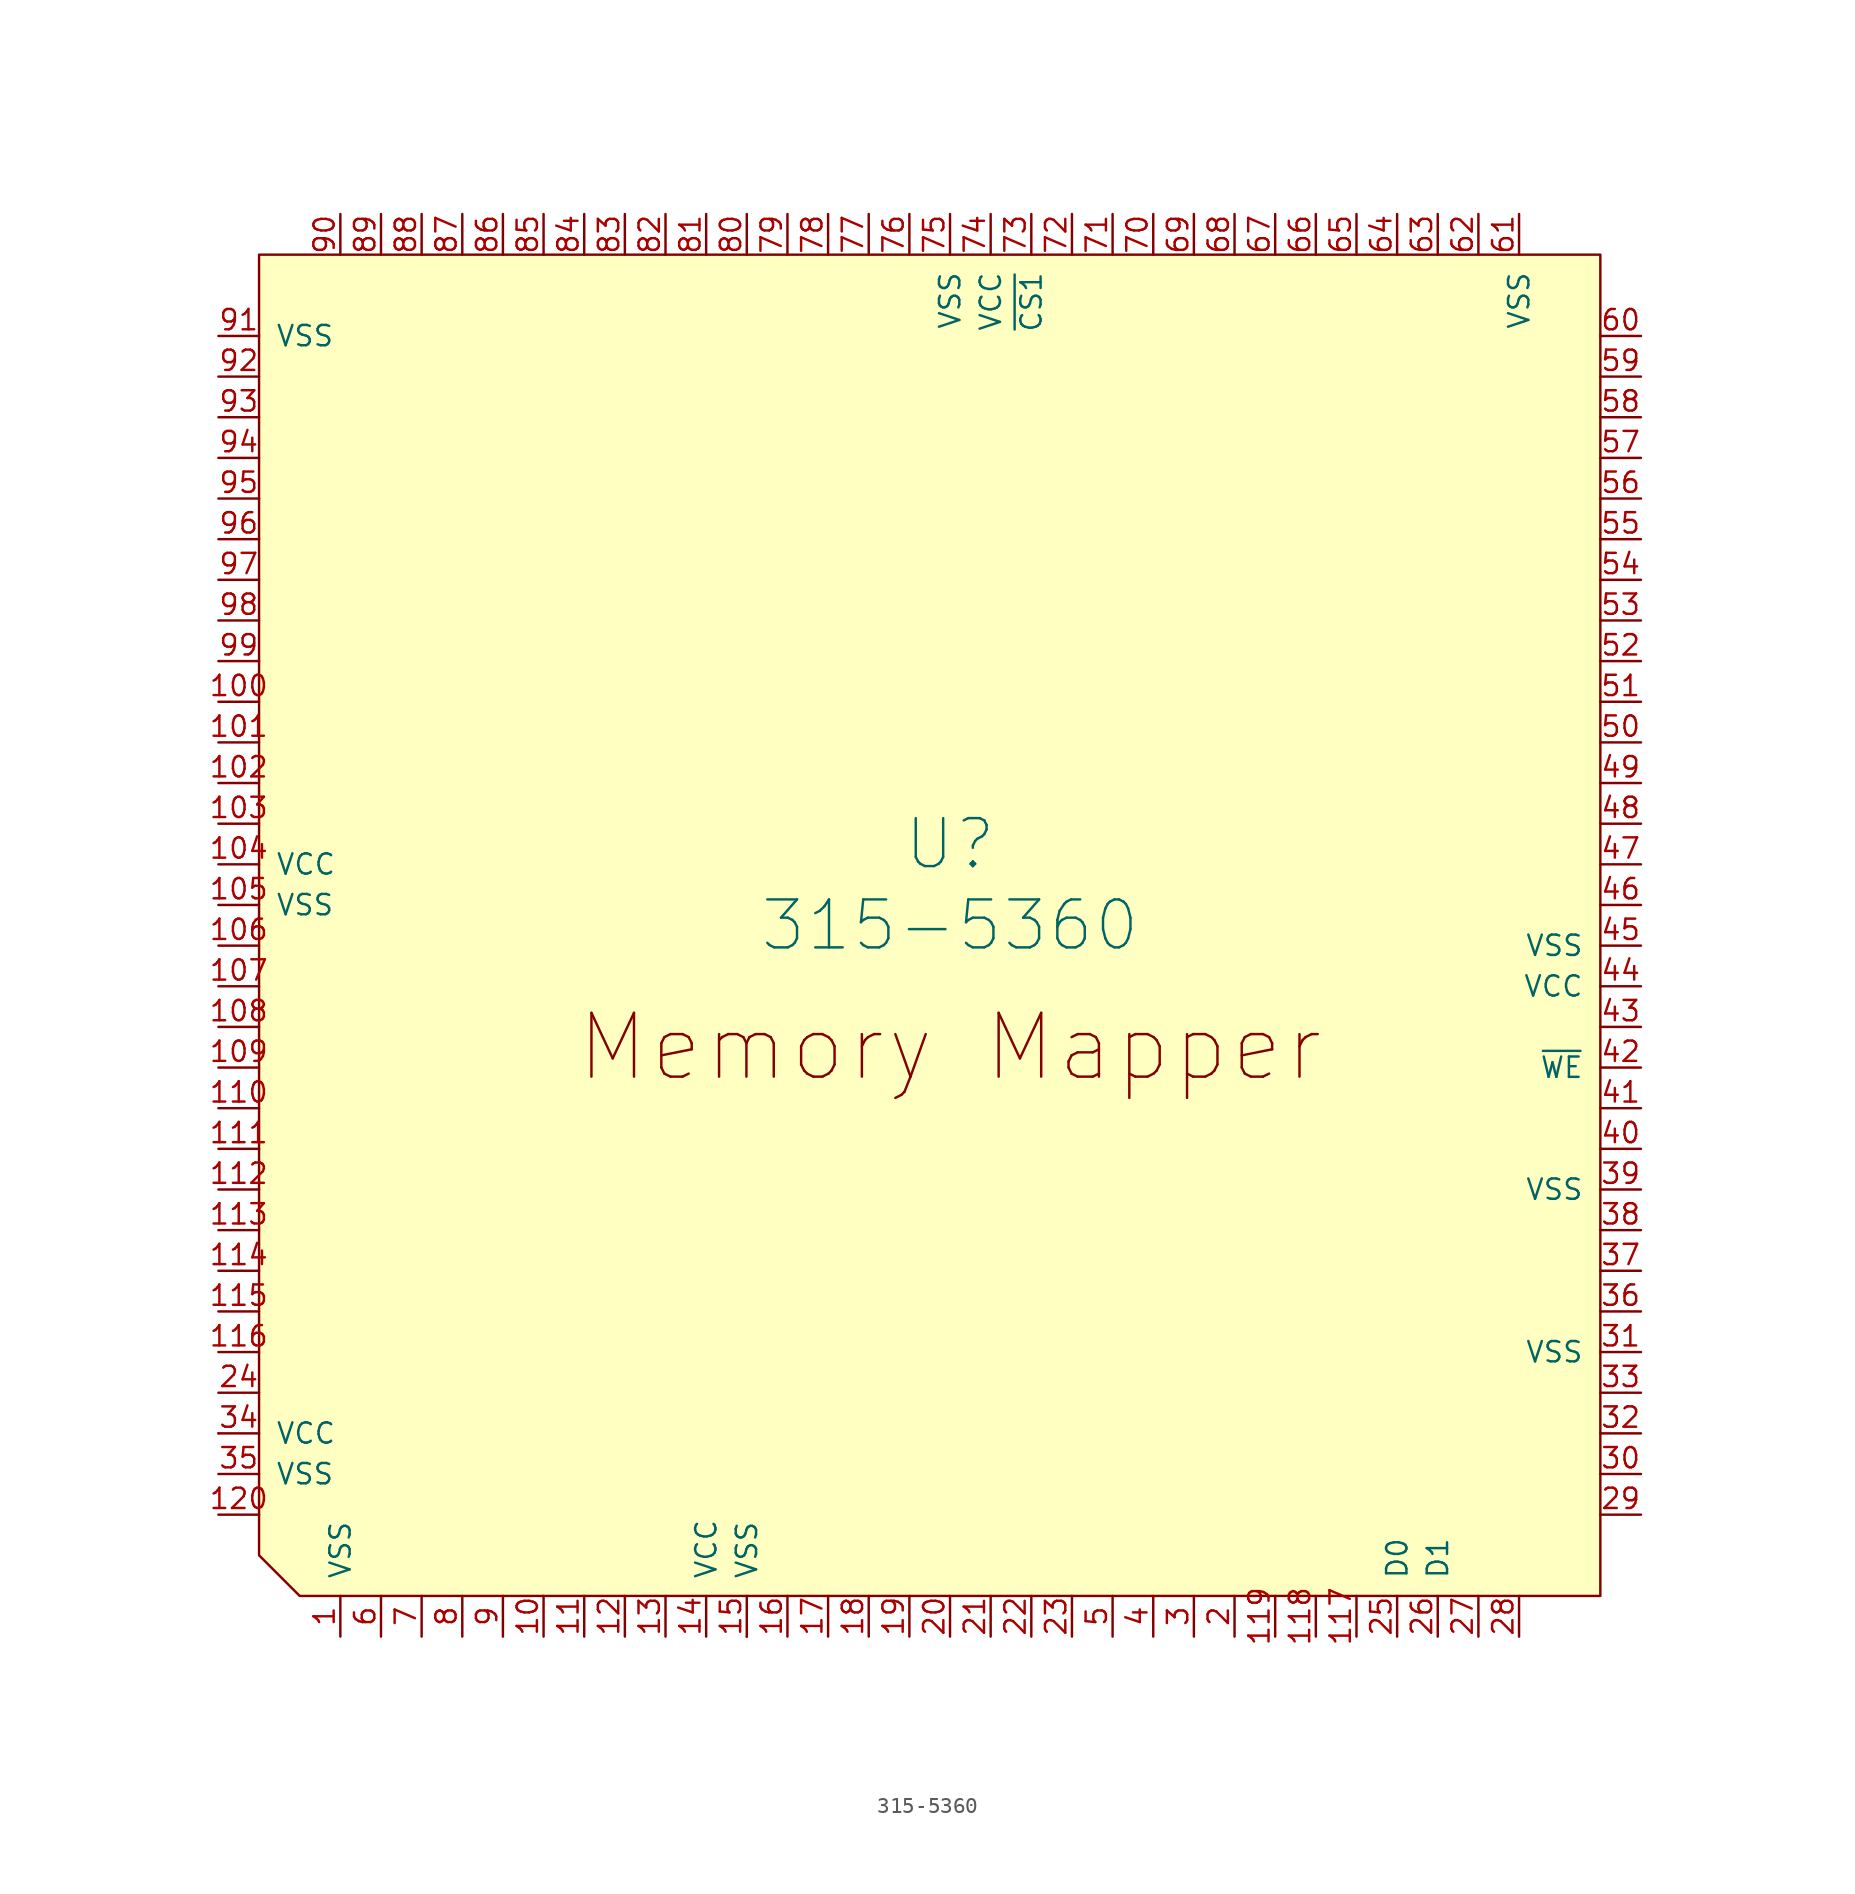
<source format=kicad_sym>
(kicad_symbol_lib
  (version 20211014)
  (generator kicad_symbol_editor)
  (symbol "315-5360"
    (pin_names
      (offset 1.016))
    (property "Reference" "U"
      (at 0 5.08 0)
      (effects (font (size 2.997 2.997))))
    (property "Value" "315-5360"
      (at 0 0 0)
      (effects (font (size 2.997 2.997))))
    (symbol "315-5360_0_0"
      (text "Memory Mapper" (at 0 -7.62 0) (effects (font (size 3.988 3.988)))))
    (symbol "315-5360_0_1"
      (polyline (pts (xy -45.72 -31.75) (xy -45.72 -31.75)) (stroke (width 0) (type default) (color 0 0 0 0)) (fill (type none)))
      (polyline (pts (xy -12.7 -44.45) (xy -12.7 -44.45)) (stroke (width 0) (type default) (color 0 0 0 0)) (fill (type none)))
      (polyline (pts (xy -43.18 41.91) (xy 40.64 41.91) (xy 40.64 -41.91) (xy -40.64 -41.91) (xy -43.18 -39.37) (xy -43.18 41.91)) (stroke (width 0) (type default) (color 0 0 0 0)) (fill (type background))))
    (symbol "315-5360_1_1"
      (pin power_in line (at -38.1 -44.45 90) (length 2.54) (name "VSS" (effects (font (size 1.27 1.27)))) (number "1" (effects (font (size 1.27 1.27)))))
      (pin input line (at -25.4 -44.45 90) (length 2.54) (name "~" (effects (font (size 1.27 1.27)))) (number "10" (effects (font (size 1.27 1.27)))))
      (pin input line (at -45.72 13.97 0) (length 2.54) (name "~" (effects (font (size 1.27 1.27)))) (number "100" (effects (font (size 1.27 1.27)))))
      (pin input line (at -45.72 11.43 0) (length 2.54) (name "~" (effects (font (size 1.27 1.27)))) (number "101" (effects (font (size 1.27 1.27)))))
      (pin input line (at -45.72 8.89 0) (length 2.54) (name "~" (effects (font (size 1.27 1.27)))) (number "102" (effects (font (size 1.27 1.27)))))
      (pin input line (at -45.72 6.35 0) (length 2.54) (name "~" (effects (font (size 1.27 1.27)))) (number "103" (effects (font (size 1.27 1.27)))))
      (pin power_in line (at -45.72 3.81 0) (length 2.54) (name "VCC" (effects (font (size 1.27 1.27)))) (number "104" (effects (font (size 1.27 1.27)))))
      (pin power_in line (at -45.72 1.27 0) (length 2.54) (name "VSS" (effects (font (size 1.27 1.27)))) (number "105" (effects (font (size 1.27 1.27)))))
      (pin input line (at -45.72 -1.27 0) (length 2.54) (name "~" (effects (font (size 1.27 1.27)))) (number "106" (effects (font (size 1.27 1.27)))))
      (pin input line (at -45.72 -3.81 0) (length 2.54) (name "~" (effects (font (size 1.27 1.27)))) (number "107" (effects (font (size 1.27 1.27)))))
      (pin input line (at -45.72 -6.35 0) (length 2.54) (name "~" (effects (font (size 1.27 1.27)))) (number "108" (effects (font (size 1.27 1.27)))))
      (pin input line (at -45.72 -8.89 0) (length 2.54) (name "~" (effects (font (size 1.27 1.27)))) (number "109" (effects (font (size 1.27 1.27)))))
      (pin input line (at -22.86 -44.45 90) (length 2.54) (name "~" (effects (font (size 1.27 1.27)))) (number "11" (effects (font (size 1.27 1.27)))))
      (pin input line (at -45.72 -11.43 0) (length 2.54) (name "~" (effects (font (size 1.27 1.27)))) (number "110" (effects (font (size 1.27 1.27)))))
      (pin input line (at -45.72 -13.97 0) (length 2.54) (name "~" (effects (font (size 1.27 1.27)))) (number "111" (effects (font (size 1.27 1.27)))))
      (pin input line (at -45.72 -16.51 0) (length 2.54) (name "~" (effects (font (size 1.27 1.27)))) (number "112" (effects (font (size 1.27 1.27)))))
      (pin input line (at -45.72 -19.05 0) (length 2.54) (name "~" (effects (font (size 1.27 1.27)))) (number "113" (effects (font (size 1.27 1.27)))))
      (pin input line (at -45.72 -21.59 0) (length 2.54) (name "~" (effects (font (size 1.27 1.27)))) (number "114" (effects (font (size 1.27 1.27)))))
      (pin input line (at -45.72 -24.13 0) (length 2.54) (name "~" (effects (font (size 1.27 1.27)))) (number "115" (effects (font (size 1.27 1.27)))))
      (pin input line (at -45.72 -26.67 0) (length 2.54) (name "~" (effects (font (size 1.27 1.27)))) (number "116" (effects (font (size 1.27 1.27)))))
      (pin input line (at 25.4 -44.45 90) (length 2.54) (name "~" (effects (font (size 1.27 1.27)))) (number "117" (effects (font (size 1.27 1.27)))))
      (pin input line (at 22.86 -44.45 90) (length 2.54) (name "~" (effects (font (size 1.27 1.27)))) (number "118" (effects (font (size 1.27 1.27)))))
      (pin input line (at 20.32 -44.45 90) (length 2.54) (name "~" (effects (font (size 1.27 1.27)))) (number "119" (effects (font (size 1.27 1.27)))))
      (pin input line (at -20.32 -44.45 90) (length 2.54) (name "~" (effects (font (size 1.27 1.27)))) (number "12" (effects (font (size 1.27 1.27)))))
      (pin input line (at -45.72 -36.83 0) (length 2.54) (name "~" (effects (font (size 1.27 1.27)))) (number "120" (effects (font (size 1.27 1.27)))))
      (pin input line (at -17.78 -44.45 90) (length 2.54) (name "~" (effects (font (size 1.27 1.27)))) (number "13" (effects (font (size 1.27 1.27)))))
      (pin power_in line (at -15.24 -44.45 90) (length 2.54) (name "VCC" (effects (font (size 1.27 1.27)))) (number "14" (effects (font (size 1.27 1.27)))))
      (pin power_in line (at -12.7 -44.45 90) (length 2.54) (name "VSS" (effects (font (size 1.27 1.27)))) (number "15" (effects (font (size 1.27 1.27)))))
      (pin input line (at -10.16 -44.45 90) (length 2.54) (name "~" (effects (font (size 1.27 1.27)))) (number "16" (effects (font (size 1.27 1.27)))))
      (pin input line (at -7.62 -44.45 90) (length 2.54) (name "~" (effects (font (size 1.27 1.27)))) (number "17" (effects (font (size 1.27 1.27)))))
      (pin input line (at -5.08 -44.45 90) (length 2.54) (name "~" (effects (font (size 1.27 1.27)))) (number "18" (effects (font (size 1.27 1.27)))))
      (pin input line (at -2.54 -44.45 90) (length 2.54) (name "~" (effects (font (size 1.27 1.27)))) (number "19" (effects (font (size 1.27 1.27)))))
      (pin input line (at 17.78 -44.45 90) (length 2.54) (name "~" (effects (font (size 1.27 1.27)))) (number "2" (effects (font (size 1.27 1.27)))))
      (pin input line (at 0 -44.45 90) (length 2.54) (name "~" (effects (font (size 1.27 1.27)))) (number "20" (effects (font (size 1.27 1.27)))))
      (pin input line (at 2.54 -44.45 90) (length 2.54) (name "~" (effects (font (size 1.27 1.27)))) (number "21" (effects (font (size 1.27 1.27)))))
      (pin input line (at 5.08 -44.45 90) (length 2.54) (name "~" (effects (font (size 1.27 1.27)))) (number "22" (effects (font (size 1.27 1.27)))))
      (pin input line (at 7.62 -44.45 90) (length 2.54) (name "~" (effects (font (size 1.27 1.27)))) (number "23" (effects (font (size 1.27 1.27)))))
      (pin input line (at -45.72 -29.21 0) (length 2.54) (name "~" (effects (font (size 1.27 1.27)))) (number "24" (effects (font (size 1.27 1.27)))))
      (pin output line (at 27.94 -44.45 90) (length 2.54) (name "D0" (effects (font (size 1.27 1.27)))) (number "25" (effects (font (size 1.27 1.27)))))
      (pin output line (at 30.48 -44.45 90) (length 2.54) (name "D1" (effects (font (size 1.27 1.27)))) (number "26" (effects (font (size 1.27 1.27)))))
      (pin input line (at 33.02 -44.45 90) (length 2.54) (name "~" (effects (font (size 1.27 1.27)))) (number "27" (effects (font (size 1.27 1.27)))))
      (pin input line (at 35.56 -44.45 90) (length 2.54) (name "~" (effects (font (size 1.27 1.27)))) (number "28" (effects (font (size 1.27 1.27)))))
      (pin input line (at 43.18 -36.83 180) (length 2.54) (name "~" (effects (font (size 1.27 1.27)))) (number "29" (effects (font (size 1.27 1.27)))))
      (pin input line (at 15.24 -44.45 90) (length 2.54) (name "~" (effects (font (size 1.27 1.27)))) (number "3" (effects (font (size 1.27 1.27)))))
      (pin input line (at 43.18 -34.29 180) (length 2.54) (name "~" (effects (font (size 1.27 1.27)))) (number "30" (effects (font (size 1.27 1.27)))))
      (pin power_in line (at 43.18 -26.67 180) (length 2.54) (name "VSS" (effects (font (size 1.27 1.27)))) (number "31" (effects (font (size 1.27 1.27)))))
      (pin input line (at 43.18 -31.75 180) (length 2.54) (name "~" (effects (font (size 1.27 1.27)))) (number "32" (effects (font (size 1.27 1.27)))))
      (pin input line (at 43.18 -29.21 180) (length 2.54) (name "~" (effects (font (size 1.27 1.27)))) (number "33" (effects (font (size 1.27 1.27)))))
      (pin power_in line (at -45.72 -31.75 0) (length 2.54) (name "VCC" (effects (font (size 1.27 1.27)))) (number "34" (effects (font (size 1.27 1.27)))))
      (pin power_in line (at -45.72 -34.29 0) (length 2.54) (name "VSS" (effects (font (size 1.27 1.27)))) (number "35" (effects (font (size 1.27 1.27)))))
      (pin input line (at 43.18 -24.13 180) (length 2.54) (name "~" (effects (font (size 1.27 1.27)))) (number "36" (effects (font (size 1.27 1.27)))))
      (pin input line (at 43.18 -21.59 180) (length 2.54) (name "~" (effects (font (size 1.27 1.27)))) (number "37" (effects (font (size 1.27 1.27)))))
      (pin input line (at 43.18 -19.05 180) (length 2.54) (name "~" (effects (font (size 1.27 1.27)))) (number "38" (effects (font (size 1.27 1.27)))))
      (pin power_in line (at 43.18 -16.51 180) (length 2.54) (name "VSS" (effects (font (size 1.27 1.27)))) (number "39" (effects (font (size 1.27 1.27)))))
      (pin input line (at 12.7 -44.45 90) (length 2.54) (name "~" (effects (font (size 1.27 1.27)))) (number "4" (effects (font (size 1.27 1.27)))))
      (pin input line (at 43.18 -13.97 180) (length 2.54) (name "~" (effects (font (size 1.27 1.27)))) (number "40" (effects (font (size 1.27 1.27)))))
      (pin input line (at 43.18 -11.43 180) (length 2.54) (name "~" (effects (font (size 1.27 1.27)))) (number "41" (effects (font (size 1.27 1.27)))))
      (pin output line (at 43.18 -8.89 180) (length 2.54) (name "~{WE}" (effects (font (size 1.27 1.27)))) (number "42" (effects (font (size 1.27 1.27)))))
      (pin input line (at 43.18 -6.35 180) (length 2.54) (name "~" (effects (font (size 1.27 1.27)))) (number "43" (effects (font (size 1.27 1.27)))))
      (pin power_in line (at 43.18 -3.81 180) (length 2.54) (name "VCC" (effects (font (size 1.27 1.27)))) (number "44" (effects (font (size 1.27 1.27)))))
      (pin power_in line (at 43.18 -1.27 180) (length 2.54) (name "VSS" (effects (font (size 1.27 1.27)))) (number "45" (effects (font (size 1.27 1.27)))))
      (pin input line (at 43.18 1.27 180) (length 2.54) (name "~" (effects (font (size 1.27 1.27)))) (number "46" (effects (font (size 1.27 1.27)))))
      (pin input line (at 43.18 3.81 180) (length 2.54) (name "~" (effects (font (size 1.27 1.27)))) (number "47" (effects (font (size 1.27 1.27)))))
      (pin input line (at 43.18 6.35 180) (length 2.54) (name "~" (effects (font (size 1.27 1.27)))) (number "48" (effects (font (size 1.27 1.27)))))
      (pin input line (at 43.18 8.89 180) (length 2.54) (name "~" (effects (font (size 1.27 1.27)))) (number "49" (effects (font (size 1.27 1.27)))))
      (pin input line (at 10.16 -44.45 90) (length 2.54) (name "~" (effects (font (size 1.27 1.27)))) (number "5" (effects (font (size 1.27 1.27)))))
      (pin input line (at 43.18 11.43 180) (length 2.54) (name "~" (effects (font (size 1.27 1.27)))) (number "50" (effects (font (size 1.27 1.27)))))
      (pin input line (at 43.18 13.97 180) (length 2.54) (name "~" (effects (font (size 1.27 1.27)))) (number "51" (effects (font (size 1.27 1.27)))))
      (pin input line (at 43.18 16.51 180) (length 2.54) (name "~" (effects (font (size 1.27 1.27)))) (number "52" (effects (font (size 1.27 1.27)))))
      (pin input line (at 43.18 19.05 180) (length 2.54) (name "~" (effects (font (size 1.27 1.27)))) (number "53" (effects (font (size 1.27 1.27)))))
      (pin input line (at 43.18 21.59 180) (length 2.54) (name "~" (effects (font (size 1.27 1.27)))) (number "54" (effects (font (size 1.27 1.27)))))
      (pin input line (at 43.18 24.13 180) (length 2.54) (name "~" (effects (font (size 1.27 1.27)))) (number "55" (effects (font (size 1.27 1.27)))))
      (pin input line (at 43.18 26.67 180) (length 2.54) (name "~" (effects (font (size 1.27 1.27)))) (number "56" (effects (font (size 1.27 1.27)))))
      (pin input line (at 43.18 29.21 180) (length 2.54) (name "~" (effects (font (size 1.27 1.27)))) (number "57" (effects (font (size 1.27 1.27)))))
      (pin input line (at 43.18 31.75 180) (length 2.54) (name "~" (effects (font (size 1.27 1.27)))) (number "58" (effects (font (size 1.27 1.27)))))
      (pin input line (at 43.18 34.29 180) (length 2.54) (name "~" (effects (font (size 1.27 1.27)))) (number "59" (effects (font (size 1.27 1.27)))))
      (pin input line (at -35.56 -44.45 90) (length 2.54) (name "~" (effects (font (size 1.27 1.27)))) (number "6" (effects (font (size 1.27 1.27)))))
      (pin input line (at 43.18 36.83 180) (length 2.54) (name "~" (effects (font (size 1.27 1.27)))) (number "60" (effects (font (size 1.27 1.27)))))
      (pin power_in line (at 35.56 44.45 270) (length 2.54) (name "VSS" (effects (font (size 1.27 1.27)))) (number "61" (effects (font (size 1.27 1.27)))))
      (pin input line (at 33.02 44.45 270) (length 2.54) (name "~" (effects (font (size 1.27 1.27)))) (number "62" (effects (font (size 1.27 1.27)))))
      (pin input line (at 30.48 44.45 270) (length 2.54) (name "~" (effects (font (size 1.27 1.27)))) (number "63" (effects (font (size 1.27 1.27)))))
      (pin input line (at 27.94 44.45 270) (length 2.54) (name "~" (effects (font (size 1.27 1.27)))) (number "64" (effects (font (size 1.27 1.27)))))
      (pin input line (at 25.4 44.45 270) (length 2.54) (name "~" (effects (font (size 1.27 1.27)))) (number "65" (effects (font (size 1.27 1.27)))))
      (pin input line (at 22.86 44.45 270) (length 2.54) (name "~" (effects (font (size 1.27 1.27)))) (number "66" (effects (font (size 1.27 1.27)))))
      (pin input line (at 20.32 44.45 270) (length 2.54) (name "~" (effects (font (size 1.27 1.27)))) (number "67" (effects (font (size 1.27 1.27)))))
      (pin input line (at 17.78 44.45 270) (length 2.54) (name "~" (effects (font (size 1.27 1.27)))) (number "68" (effects (font (size 1.27 1.27)))))
      (pin input line (at 15.24 44.45 270) (length 2.54) (name "~" (effects (font (size 1.27 1.27)))) (number "69" (effects (font (size 1.27 1.27)))))
      (pin input line (at -33.02 -44.45 90) (length 2.54) (name "~" (effects (font (size 1.27 1.27)))) (number "7" (effects (font (size 1.27 1.27)))))
      (pin output line (at 12.7 44.45 270) (length 2.54) (name "~" (effects (font (size 1.27 1.27)))) (number "70" (effects (font (size 1.27 1.27)))))
      (pin output line (at 10.16 44.45 270) (length 2.54) (name "~" (effects (font (size 1.27 1.27)))) (number "71" (effects (font (size 1.27 1.27)))))
      (pin output line (at 7.62 44.45 270) (length 2.54) (name "~" (effects (font (size 1.27 1.27)))) (number "72" (effects (font (size 1.27 1.27)))))
      (pin output line (at 5.08 44.45 270) (length 2.54) (name "~{CS1}" (effects (font (size 1.27 1.27)))) (number "73" (effects (font (size 1.27 1.27)))))
      (pin power_in line (at 2.54 44.45 270) (length 2.54) (name "VCC" (effects (font (size 1.27 1.27)))) (number "74" (effects (font (size 1.27 1.27)))))
      (pin power_in line (at 0 44.45 270) (length 2.54) (name "VSS" (effects (font (size 1.27 1.27)))) (number "75" (effects (font (size 1.27 1.27)))))
      (pin input line (at -2.54 44.45 270) (length 2.54) (name "~" (effects (font (size 1.27 1.27)))) (number "76" (effects (font (size 1.27 1.27)))))
      (pin input line (at -5.08 44.45 270) (length 2.54) (name "~" (effects (font (size 1.27 1.27)))) (number "77" (effects (font (size 1.27 1.27)))))
      (pin input line (at -7.62 44.45 270) (length 2.54) (name "~" (effects (font (size 1.27 1.27)))) (number "78" (effects (font (size 1.27 1.27)))))
      (pin input line (at -10.16 44.45 270) (length 2.54) (name "~" (effects (font (size 1.27 1.27)))) (number "79" (effects (font (size 1.27 1.27)))))
      (pin input line (at -30.48 -44.45 90) (length 2.54) (name "~" (effects (font (size 1.27 1.27)))) (number "8" (effects (font (size 1.27 1.27)))))
      (pin input line (at -12.7 44.45 270) (length 2.54) (name "~" (effects (font (size 1.27 1.27)))) (number "80" (effects (font (size 1.27 1.27)))))
      (pin input line (at -15.24 44.45 270) (length 2.54) (name "~" (effects (font (size 1.27 1.27)))) (number "81" (effects (font (size 1.27 1.27)))))
      (pin input line (at -17.78 44.45 270) (length 2.54) (name "~" (effects (font (size 1.27 1.27)))) (number "82" (effects (font (size 1.27 1.27)))))
      (pin input line (at -20.32 44.45 270) (length 2.54) (name "~" (effects (font (size 1.27 1.27)))) (number "83" (effects (font (size 1.27 1.27)))))
      (pin input line (at -22.86 44.45 270) (length 2.54) (name "~" (effects (font (size 1.27 1.27)))) (number "84" (effects (font (size 1.27 1.27)))))
      (pin input line (at -25.4 44.45 270) (length 2.54) (name "~" (effects (font (size 1.27 1.27)))) (number "85" (effects (font (size 1.27 1.27)))))
      (pin input line (at -27.94 44.45 270) (length 2.54) (name "~" (effects (font (size 1.27 1.27)))) (number "86" (effects (font (size 1.27 1.27)))))
      (pin input line (at -30.48 44.45 270) (length 2.54) (name "~" (effects (font (size 1.27 1.27)))) (number "87" (effects (font (size 1.27 1.27)))))
      (pin input line (at -33.02 44.45 270) (length 2.54) (name "~" (effects (font (size 1.27 1.27)))) (number "88" (effects (font (size 1.27 1.27)))))
      (pin input line (at -35.56 44.45 270) (length 2.54) (name "~" (effects (font (size 1.27 1.27)))) (number "89" (effects (font (size 1.27 1.27)))))
      (pin input line (at -27.94 -44.45 90) (length 2.54) (name "~" (effects (font (size 1.27 1.27)))) (number "9" (effects (font (size 1.27 1.27)))))
      (pin input line (at -38.1 44.45 270) (length 2.54) (name "~" (effects (font (size 1.27 1.27)))) (number "90" (effects (font (size 1.27 1.27)))))
      (pin power_in line (at -45.72 36.83 0) (length 2.54) (name "VSS" (effects (font (size 1.27 1.27)))) (number "91" (effects (font (size 1.27 1.27)))))
      (pin input line (at -45.72 34.29 0) (length 2.54) (name "~" (effects (font (size 1.27 1.27)))) (number "92" (effects (font (size 1.27 1.27)))))
      (pin input line (at -45.72 31.75 0) (length 2.54) (name "~" (effects (font (size 1.27 1.27)))) (number "93" (effects (font (size 1.27 1.27)))))
      (pin input line (at -45.72 29.21 0) (length 2.54) (name "~" (effects (font (size 1.27 1.27)))) (number "94" (effects (font (size 1.27 1.27)))))
      (pin input line (at -45.72 26.67 0) (length 2.54) (name "~" (effects (font (size 1.27 1.27)))) (number "95" (effects (font (size 1.27 1.27)))))
      (pin input line (at -45.72 24.13 0) (length 2.54) (name "~" (effects (font (size 1.27 1.27)))) (number "96" (effects (font (size 1.27 1.27)))))
      (pin input line (at -45.72 21.59 0) (length 2.54) (name "~" (effects (font (size 1.27 1.27)))) (number "97" (effects (font (size 1.27 1.27)))))
      (pin input line (at -45.72 19.05 0) (length 2.54) (name "~" (effects (font (size 1.27 1.27)))) (number "98" (effects (font (size 1.27 1.27)))))
      (pin input line (at -45.72 16.51 0) (length 2.54) (name "~" (effects (font (size 1.27 1.27)))) (number "99" (effects (font (size 1.27 1.27))))))))
</source>
